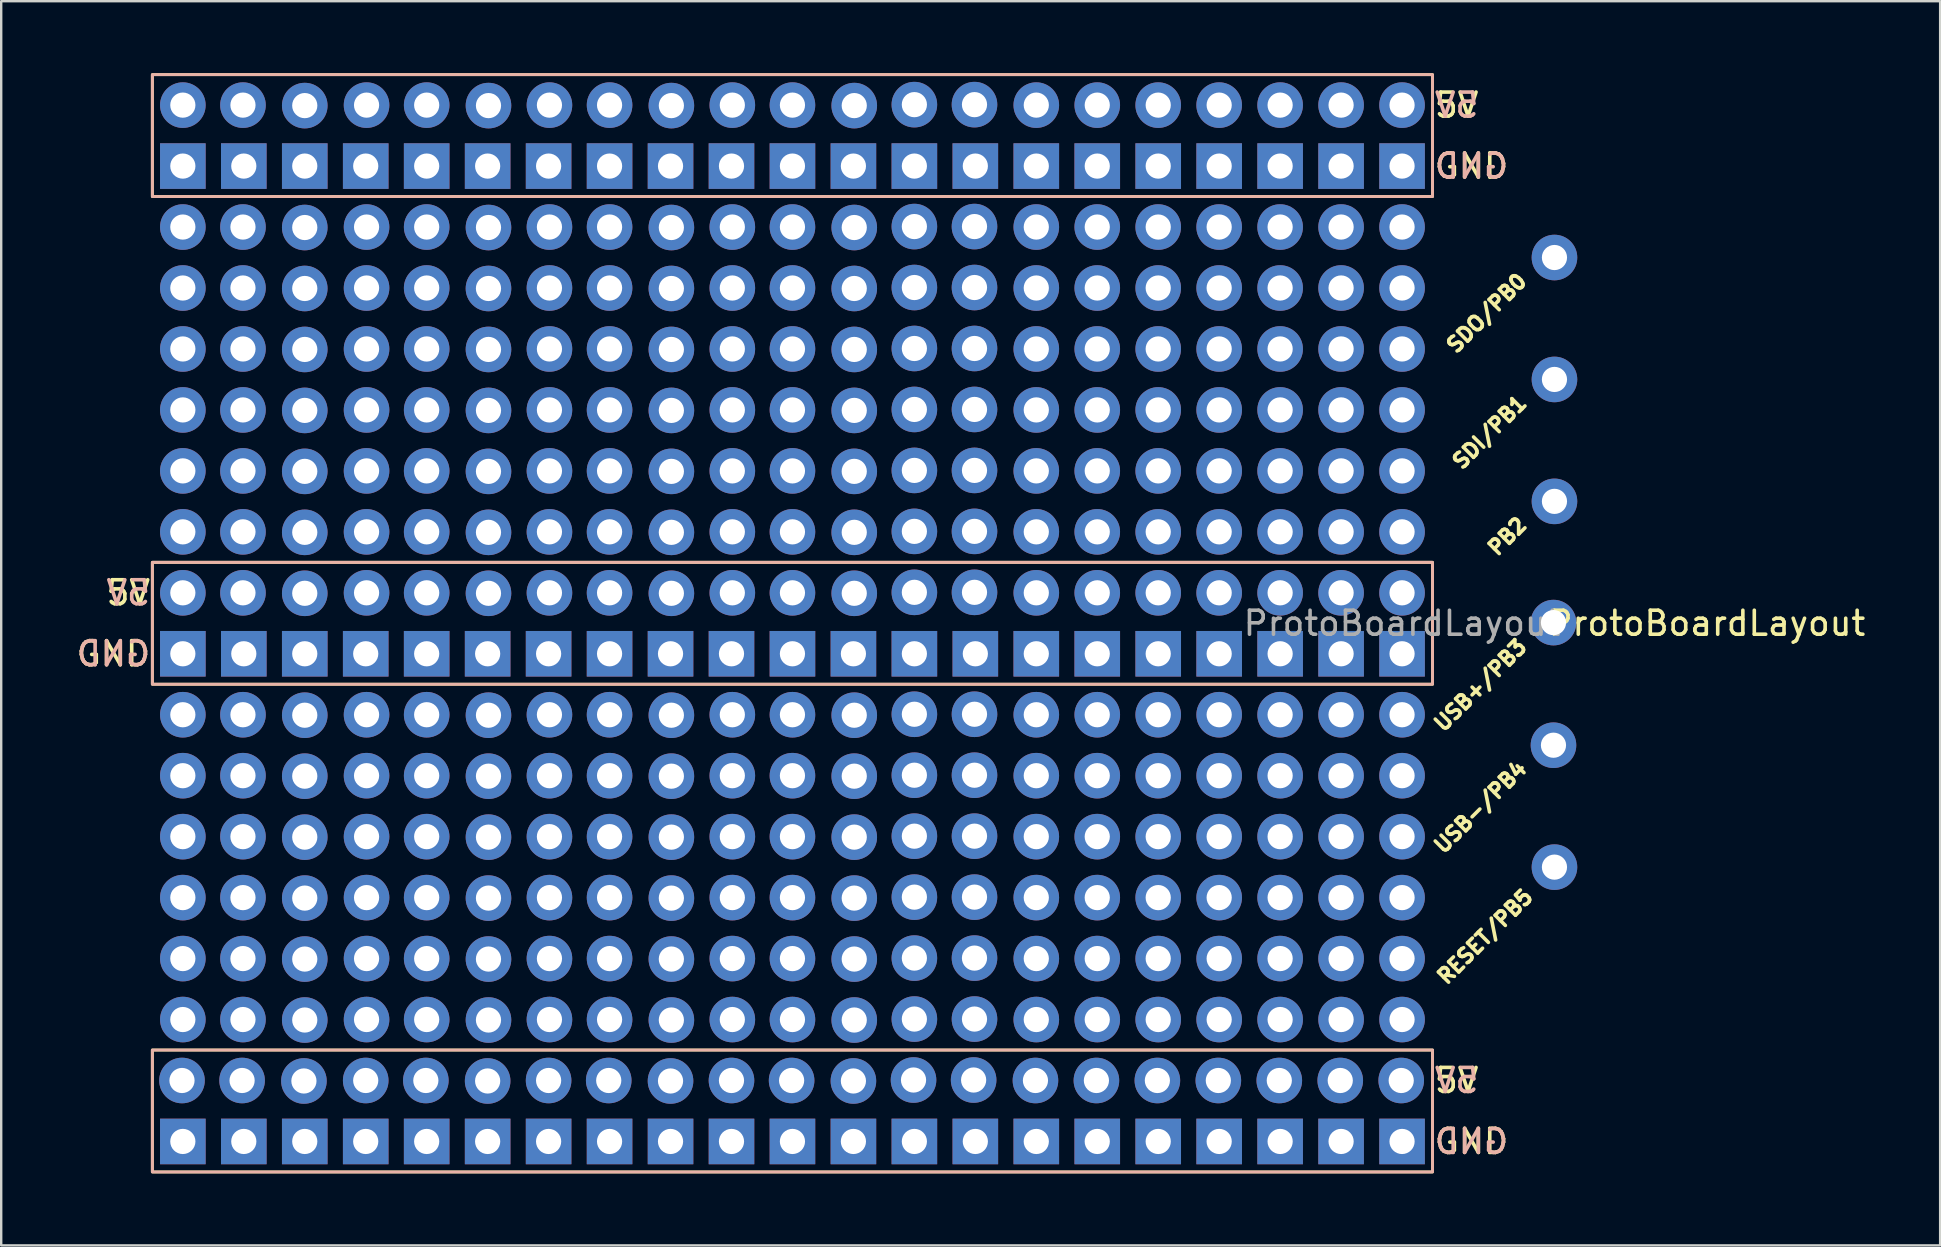
<source format=kicad_pcb>
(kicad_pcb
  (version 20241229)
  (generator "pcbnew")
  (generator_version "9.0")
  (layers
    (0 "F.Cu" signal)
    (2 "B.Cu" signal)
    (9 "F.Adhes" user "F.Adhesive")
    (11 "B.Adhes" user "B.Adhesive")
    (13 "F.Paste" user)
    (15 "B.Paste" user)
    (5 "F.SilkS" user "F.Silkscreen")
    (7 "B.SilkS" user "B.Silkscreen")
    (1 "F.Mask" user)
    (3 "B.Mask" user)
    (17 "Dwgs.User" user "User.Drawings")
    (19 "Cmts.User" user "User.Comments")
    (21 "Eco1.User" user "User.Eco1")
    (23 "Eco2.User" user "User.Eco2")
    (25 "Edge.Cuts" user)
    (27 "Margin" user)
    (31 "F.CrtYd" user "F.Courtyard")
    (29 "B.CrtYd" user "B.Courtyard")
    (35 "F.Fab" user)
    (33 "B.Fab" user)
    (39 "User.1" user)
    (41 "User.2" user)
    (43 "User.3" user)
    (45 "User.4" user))
  (footprint "ProtoBoardLayout"
    (layer "F.Cu")
    (at 55.368 22.92)
    (property "Reference" "ProtoBoardLayout" (at 12.7 0 0) (unlocked yes) (layer "F.SilkS") (effects (font (size 1 1) (thickness 0.15))))
    (attr smd)
    (fp_rect (start -52.07 -22.86) (end 1.27 -17.78) (stroke (width 0.12) (type solid)) (fill no) (layer "F.SilkS"))
    (fp_rect (start -52.07 -2.54) (end 1.27 2.54) (stroke (width 0.12) (type solid)) (fill no) (layer "F.SilkS"))
    (fp_rect (start -52.07 17.78) (end 1.27 22.86) (stroke (width 0.12) (type solid)) (fill no) (layer "F.SilkS"))
    (fp_rect (start 1.27 -22.86) (end -52.07 -17.78) (stroke (width 0.12) (type solid)) (fill no) (layer "B.SilkS"))
    (fp_rect (start 1.27 -2.54) (end -52.07 2.54) (stroke (width 0.12) (type solid)) (fill no) (layer "B.SilkS"))
    (fp_rect (start 1.27 17.78) (end -52.07 22.86) (stroke (width 0.12) (type solid)) (fill no) (layer "B.SilkS"))
    (fp_text user "GND" (at 1.27 21.59 0) (unlocked yes) (layer "F.SilkS") (effects (font (size 1 1) (thickness 0.15)) (justify left)))
    (fp_text user "USB+/PB3" (at 5.08 0.762 45) (layer "F.SilkS") (effects (font (size 0.6 0.6) (thickness 0.15)) (justify right)))
    (fp_text user "GND" (at 1.27 -19.05 0) (unlocked yes) (layer "F.SilkS") (effects (font (size 1 1) (thickness 0.15)) (justify left)))
    (fp_text user "RESET/PB5" (at 5.334 11.176 45) (layer "F.SilkS") (effects (font (size 0.6 0.6) (thickness 0.15)) (justify right)))
    (fp_text user "PB2" (at 5.08 -4.318 45) (layer "F.SilkS") (effects (font (size 0.6 0.6) (thickness 0.15)) (justify right)))
    (fp_text user "5V" (at 1.27 -21.59 0) (unlocked yes) (layer "F.SilkS") (effects (font (size 1 1) (thickness 0.15)) (justify left)))
    (fp_text user "GND" (at -52.07 1.27 0) (unlocked yes) (layer "F.SilkS") (effects (font (size 1 1) (thickness 0.15)) (justify right)))
    (fp_text user "5V" (at 1.27 19.05 0) (unlocked yes) (layer "F.SilkS") (effects (font (size 1 1) (thickness 0.15)) (justify left)))
    (fp_text user "5V" (at -52.07 -1.27 0) (unlocked yes) (layer "F.SilkS") (effects (font (size 1 1) (thickness 0.15)) (justify right)))
    (fp_text user "SDI/PB1" (at 5.08 -9.398 45) (layer "F.SilkS") (effects (font (size 0.6 0.6) (thickness 0.15)) (justify right)))
    (fp_text user "USB-/PB4" (at 5.08 5.842 45) (layer "F.SilkS") (effects (font (size 0.6 0.6) (thickness 0.15)) (justify right)))
    (fp_text user "SDO/PB0" (at 5.08 -14.478 45) (layer "F.SilkS") (effects (font (size 0.6 0.6) (thickness 0.15)) (justify right)))
    (fp_text user "GND" (at 1.27 21.59 0) (unlocked yes) (layer "B.SilkS") (effects (font (size 1 1) (thickness 0.15)) (justify right mirror)))
    (fp_text user "GND" (at 1.27 -19.05 0) (unlocked yes) (layer "B.SilkS") (effects (font (size 1 1) (thickness 0.15)) (justify right mirror)))
    (fp_text user "5V" (at 1.27 19.05 0) (unlocked yes) (layer "B.SilkS") (effects (font (size 1 1) (thickness 0.15)) (justify right mirror)))
    (fp_text user "5V" (at -52.07 -1.27 0) (unlocked yes) (layer "B.SilkS") (effects (font (size 1 1) (thickness 0.15)) (justify left mirror)))
    (fp_text user "GND" (at -52.07 1.27 0) (unlocked yes) (layer "B.SilkS") (effects (font (size 1 1) (thickness 0.15)) (justify left mirror)))
    (fp_text user "5V" (at 1.27 -21.59 0) (unlocked yes) (layer "B.SilkS") (effects (font (size 1 1) (thickness 0.15)) (justify right mirror)))
    (fp_text user "${REFERENCE}" (at 0 0 0) (unlocked yes) (layer "F.Fab") (effects (font (size 1 1) (thickness 0.15))))
    (pad "0" thru_hole circle (at -50.8 -16.51) (size 1.9 1.9) (drill 1.05) (layers "*.Cu" "*.Mask"))
    (pad "0" thru_hole circle (at -50.8 -13.97) (size 1.9 1.9) (drill 1.05) (layers "*.Cu" "*.Mask"))
    (pad "0" thru_hole circle (at -50.8 -11.43) (size 1.9 1.9) (drill 1.05) (layers "*.Cu" "*.Mask"))
    (pad "0" thru_hole circle (at -50.8 -8.89) (size 1.9 1.9) (drill 1.05) (layers "*.Cu" "*.Mask"))
    (pad "0" thru_hole circle (at -50.8 -6.35) (size 1.9 1.9) (drill 1.05) (layers "*.Cu" "*.Mask"))
    (pad "0" thru_hole circle (at -50.8 -3.81) (size 1.9 1.9) (drill 1.05) (layers "*.Cu" "*.Mask"))
    (pad "0" thru_hole circle (at -50.8 3.81 180) (size 1.9 1.9) (drill 1.05) (layers "*.Cu" "*.Mask"))
    (pad "0" thru_hole circle (at -50.8 6.35 180) (size 1.9 1.9) (drill 1.05) (layers "*.Cu" "*.Mask"))
    (pad "0" thru_hole circle (at -50.8 8.89 180) (size 1.9 1.9) (drill 1.05) (layers "*.Cu" "*.Mask"))
    (pad "0" thru_hole circle (at -50.8 11.43 180) (size 1.9 1.9) (drill 1.05) (layers "*.Cu" "*.Mask"))
    (pad "0" thru_hole circle (at -50.8 13.97 180) (size 1.9 1.9) (drill 1.05) (layers "*.Cu" "*.Mask"))
    (pad "0" thru_hole circle (at -50.8 16.51 180) (size 1.9 1.9) (drill 1.05) (layers "*.Cu" "*.Mask"))
    (pad "0" thru_hole circle (at -48.295 -16.51) (size 1.9 1.9) (drill 1.05) (layers "*.Cu" "*.Mask"))
    (pad "0" thru_hole circle (at -48.295 -13.97) (size 1.9 1.9) (drill 1.05) (layers "*.Cu" "*.Mask"))
    (pad "0" thru_hole circle (at -48.295 -11.43) (size 1.9 1.9) (drill 1.05) (layers "*.Cu" "*.Mask"))
    (pad "0" thru_hole circle (at -48.295 -8.89) (size 1.9 1.9) (drill 1.05) (layers "*.Cu" "*.Mask"))
    (pad "0" thru_hole circle (at -48.295 -6.35) (size 1.9 1.9) (drill 1.05) (layers "*.Cu" "*.Mask"))
    (pad "0" thru_hole circle (at -48.295 -3.81) (size 1.9 1.9) (drill 1.05) (layers "*.Cu" "*.Mask"))
    (pad "0" thru_hole circle (at -48.295 3.81 180) (size 1.9 1.9) (drill 1.05) (layers "*.Cu" "*.Mask"))
    (pad "0" thru_hole circle (at -48.295 6.35 180) (size 1.9 1.9) (drill 1.05) (layers "*.Cu" "*.Mask"))
    (pad "0" thru_hole circle (at -48.295 8.89 180) (size 1.9 1.9) (drill 1.05) (layers "*.Cu" "*.Mask"))
    (pad "0" thru_hole circle (at -48.295 11.43 180) (size 1.9 1.9) (drill 1.05) (layers "*.Cu" "*.Mask"))
    (pad "0" thru_hole circle (at -48.295 13.97 180) (size 1.9 1.9) (drill 1.05) (layers "*.Cu" "*.Mask"))
    (pad "0" thru_hole circle (at -48.295 16.51 180) (size 1.9 1.9) (drill 1.05) (layers "*.Cu" "*.Mask"))
    (pad "0" thru_hole circle (at -45.72 -16.49) (size 1.9 1.9) (drill 1.05) (layers "*.Cu" "*.Mask"))
    (pad "0" thru_hole circle (at -45.72 -13.95) (size 1.9 1.9) (drill 1.05) (layers "*.Cu" "*.Mask"))
    (pad "0" thru_hole circle (at -45.72 -11.41) (size 1.9 1.9) (drill 1.05) (layers "*.Cu" "*.Mask"))
    (pad "0" thru_hole circle (at -45.72 -8.87) (size 1.9 1.9) (drill 1.05) (layers "*.Cu" "*.Mask"))
    (pad "0" thru_hole circle (at -45.72 -6.33) (size 1.9 1.9) (drill 1.05) (layers "*.Cu" "*.Mask"))
    (pad "0" thru_hole circle (at -45.72 -3.79) (size 1.9 1.9) (drill 1.05) (layers "*.Cu" "*.Mask"))
    (pad "0" thru_hole circle (at -45.72 3.83 180) (size 1.9 1.9) (drill 1.05) (layers "*.Cu" "*.Mask"))
    (pad "0" thru_hole circle (at -45.72 6.37 180) (size 1.9 1.9) (drill 1.05) (layers "*.Cu" "*.Mask"))
    (pad "0" thru_hole circle (at -45.72 8.91 180) (size 1.9 1.9) (drill 1.05) (layers "*.Cu" "*.Mask"))
    (pad "0" thru_hole circle (at -45.72 11.45 180) (size 1.9 1.9) (drill 1.05) (layers "*.Cu" "*.Mask"))
    (pad "0" thru_hole circle (at -45.72 13.99 180) (size 1.9 1.9) (drill 1.05) (layers "*.Cu" "*.Mask"))
    (pad "0" thru_hole circle (at -45.72 16.53 180) (size 1.9 1.9) (drill 1.05) (layers "*.Cu" "*.Mask"))
    (pad "0" thru_hole circle (at -43.145 -16.51) (size 1.9 1.9) (drill 1.05) (layers "*.Cu" "*.Mask"))
    (pad "0" thru_hole circle (at -43.145 -13.97) (size 1.9 1.9) (drill 1.05) (layers "*.Cu" "*.Mask"))
    (pad "0" thru_hole circle (at -43.145 -11.43) (size 1.9 1.9) (drill 1.05) (layers "*.Cu" "*.Mask"))
    (pad "0" thru_hole circle (at -43.145 -8.89) (size 1.9 1.9) (drill 1.05) (layers "*.Cu" "*.Mask"))
    (pad "0" thru_hole circle (at -43.145 -6.35) (size 1.9 1.9) (drill 1.05) (layers "*.Cu" "*.Mask"))
    (pad "0" thru_hole circle (at -43.145 -3.81) (size 1.9 1.9) (drill 1.05) (layers "*.Cu" "*.Mask"))
    (pad "0" thru_hole circle (at -43.145 3.81 180) (size 1.9 1.9) (drill 1.05) (layers "*.Cu" "*.Mask"))
    (pad "0" thru_hole circle (at -43.145 6.35 180) (size 1.9 1.9) (drill 1.05) (layers "*.Cu" "*.Mask"))
    (pad "0" thru_hole circle (at -43.145 8.89 180) (size 1.9 1.9) (drill 1.05) (layers "*.Cu" "*.Mask"))
    (pad "0" thru_hole circle (at -43.145 11.43 180) (size 1.9 1.9) (drill 1.05) (layers "*.Cu" "*.Mask"))
    (pad "0" thru_hole circle (at -43.145 13.97 180) (size 1.9 1.9) (drill 1.05) (layers "*.Cu" "*.Mask"))
    (pad "0" thru_hole circle (at -43.145 16.51 180) (size 1.9 1.9) (drill 1.05) (layers "*.Cu" "*.Mask"))
    (pad "0" thru_hole circle (at -40.64 -16.51) (size 1.9 1.9) (drill 1.05) (layers "*.Cu" "*.Mask"))
    (pad "0" thru_hole circle (at -40.64 -13.97) (size 1.9 1.9) (drill 1.05) (layers "*.Cu" "*.Mask"))
    (pad "0" thru_hole circle (at -40.64 -11.43) (size 1.9 1.9) (drill 1.05) (layers "*.Cu" "*.Mask"))
    (pad "0" thru_hole circle (at -40.64 -8.89) (size 1.9 1.9) (drill 1.05) (layers "*.Cu" "*.Mask"))
    (pad "0" thru_hole circle (at -40.64 -6.35) (size 1.9 1.9) (drill 1.05) (layers "*.Cu" "*.Mask"))
    (pad "0" thru_hole circle (at -40.64 -3.81) (size 1.9 1.9) (drill 1.05) (layers "*.Cu" "*.Mask"))
    (pad "0" thru_hole circle (at -40.64 3.81 180) (size 1.9 1.9) (drill 1.05) (layers "*.Cu" "*.Mask"))
    (pad "0" thru_hole circle (at -40.64 6.35 180) (size 1.9 1.9) (drill 1.05) (layers "*.Cu" "*.Mask"))
    (pad "0" thru_hole circle (at -40.64 8.89 180) (size 1.9 1.9) (drill 1.05) (layers "*.Cu" "*.Mask"))
    (pad "0" thru_hole circle (at -40.64 11.43 180) (size 1.9 1.9) (drill 1.05) (layers "*.Cu" "*.Mask"))
    (pad "0" thru_hole circle (at -40.64 13.97 180) (size 1.9 1.9) (drill 1.05) (layers "*.Cu" "*.Mask"))
    (pad "0" thru_hole circle (at -40.64 16.51 180) (size 1.9 1.9) (drill 1.05) (layers "*.Cu" "*.Mask"))
    (pad "0" thru_hole circle (at -38.065 -16.49) (size 1.9 1.9) (drill 1.05) (layers "*.Cu" "*.Mask"))
    (pad "0" thru_hole circle (at -38.065 -13.95) (size 1.9 1.9) (drill 1.05) (layers "*.Cu" "*.Mask"))
    (pad "0" thru_hole circle (at -38.065 -11.41) (size 1.9 1.9) (drill 1.05) (layers "*.Cu" "*.Mask"))
    (pad "0" thru_hole circle (at -38.065 -8.87) (size 1.9 1.9) (drill 1.05) (layers "*.Cu" "*.Mask"))
    (pad "0" thru_hole circle (at -38.065 -6.33) (size 1.9 1.9) (drill 1.05) (layers "*.Cu" "*.Mask"))
    (pad "0" thru_hole circle (at -38.065 -3.79) (size 1.9 1.9) (drill 1.05) (layers "*.Cu" "*.Mask"))
    (pad "0" thru_hole circle (at -38.065 3.83 180) (size 1.9 1.9) (drill 1.05) (layers "*.Cu" "*.Mask"))
    (pad "0" thru_hole circle (at -38.065 6.37 180) (size 1.9 1.9) (drill 1.05) (layers "*.Cu" "*.Mask"))
    (pad "0" thru_hole circle (at -38.065 8.91 180) (size 1.9 1.9) (drill 1.05) (layers "*.Cu" "*.Mask"))
    (pad "0" thru_hole circle (at -38.065 11.45 180) (size 1.9 1.9) (drill 1.05) (layers "*.Cu" "*.Mask"))
    (pad "0" thru_hole circle (at -38.065 13.99 180) (size 1.9 1.9) (drill 1.05) (layers "*.Cu" "*.Mask"))
    (pad "0" thru_hole circle (at -38.065 16.53 180) (size 1.9 1.9) (drill 1.05) (layers "*.Cu" "*.Mask"))
    (pad "0" thru_hole circle (at -35.525 -16.51) (size 1.9 1.9) (drill 1.05) (layers "*.Cu" "*.Mask"))
    (pad "0" thru_hole circle (at -35.525 -13.97) (size 1.9 1.9) (drill 1.05) (layers "*.Cu" "*.Mask"))
    (pad "0" thru_hole circle (at -35.525 -11.43) (size 1.9 1.9) (drill 1.05) (layers "*.Cu" "*.Mask"))
    (pad "0" thru_hole circle (at -35.525 -8.89) (size 1.9 1.9) (drill 1.05) (layers "*.Cu" "*.Mask"))
    (pad "0" thru_hole circle (at -35.525 -6.35) (size 1.9 1.9) (drill 1.05) (layers "*.Cu" "*.Mask"))
    (pad "0" thru_hole circle (at -35.525 -3.81) (size 1.9 1.9) (drill 1.05) (layers "*.Cu" "*.Mask"))
    (pad "0" thru_hole circle (at -35.525 3.81 180) (size 1.9 1.9) (drill 1.05) (layers "*.Cu" "*.Mask"))
    (pad "0" thru_hole circle (at -35.525 6.35 180) (size 1.9 1.9) (drill 1.05) (layers "*.Cu" "*.Mask"))
    (pad "0" thru_hole circle (at -35.525 8.89 180) (size 1.9 1.9) (drill 1.05) (layers "*.Cu" "*.Mask"))
    (pad "0" thru_hole circle (at -35.525 11.43 180) (size 1.9 1.9) (drill 1.05) (layers "*.Cu" "*.Mask"))
    (pad "0" thru_hole circle (at -35.525 13.97 180) (size 1.9 1.9) (drill 1.05) (layers "*.Cu" "*.Mask"))
    (pad "0" thru_hole circle (at -35.525 16.51 180) (size 1.9 1.9) (drill 1.05) (layers "*.Cu" "*.Mask"))
    (pad "0" thru_hole circle (at -33.02 -16.51) (size 1.9 1.9) (drill 1.05) (layers "*.Cu" "*.Mask"))
    (pad "0" thru_hole circle (at -33.02 -13.97) (size 1.9 1.9) (drill 1.05) (layers "*.Cu" "*.Mask"))
    (pad "0" thru_hole circle (at -33.02 -11.43) (size 1.9 1.9) (drill 1.05) (layers "*.Cu" "*.Mask"))
    (pad "0" thru_hole circle (at -33.02 -8.89) (size 1.9 1.9) (drill 1.05) (layers "*.Cu" "*.Mask"))
    (pad "0" thru_hole circle (at -33.02 -6.35) (size 1.9 1.9) (drill 1.05) (layers "*.Cu" "*.Mask"))
    (pad "0" thru_hole circle (at -33.02 -3.81) (size 1.9 1.9) (drill 1.05) (layers "*.Cu" "*.Mask"))
    (pad "0" thru_hole circle (at -33.02 3.81 180) (size 1.9 1.9) (drill 1.05) (layers "*.Cu" "*.Mask"))
    (pad "0" thru_hole circle (at -33.02 6.35 180) (size 1.9 1.9) (drill 1.05) (layers "*.Cu" "*.Mask"))
    (pad "0" thru_hole circle (at -33.02 8.89 180) (size 1.9 1.9) (drill 1.05) (layers "*.Cu" "*.Mask"))
    (pad "0" thru_hole circle (at -33.02 11.43 180) (size 1.9 1.9) (drill 1.05) (layers "*.Cu" "*.Mask"))
    (pad "0" thru_hole circle (at -33.02 13.97 180) (size 1.9 1.9) (drill 1.05) (layers "*.Cu" "*.Mask"))
    (pad "0" thru_hole circle (at -33.02 16.51 180) (size 1.9 1.9) (drill 1.05) (layers "*.Cu" "*.Mask"))
    (pad "0" thru_hole circle (at -30.445 -16.49) (size 1.9 1.9) (drill 1.05) (layers "*.Cu" "*.Mask"))
    (pad "0" thru_hole circle (at -30.445 -13.95) (size 1.9 1.9) (drill 1.05) (layers "*.Cu" "*.Mask"))
    (pad "0" thru_hole circle (at -30.445 -11.41) (size 1.9 1.9) (drill 1.05) (layers "*.Cu" "*.Mask"))
    (pad "0" thru_hole circle (at -30.445 -8.87) (size 1.9 1.9) (drill 1.05) (layers "*.Cu" "*.Mask"))
    (pad "0" thru_hole circle (at -30.445 -6.33) (size 1.9 1.9) (drill 1.05) (layers "*.Cu" "*.Mask"))
    (pad "0" thru_hole circle (at -30.445 -3.79) (size 1.9 1.9) (drill 1.05) (layers "*.Cu" "*.Mask"))
    (pad "0" thru_hole circle (at -30.445 3.83 180) (size 1.9 1.9) (drill 1.05) (layers "*.Cu" "*.Mask"))
    (pad "0" thru_hole circle (at -30.445 6.37 180) (size 1.9 1.9) (drill 1.05) (layers "*.Cu" "*.Mask"))
    (pad "0" thru_hole circle (at -30.445 8.91 180) (size 1.9 1.9) (drill 1.05) (layers "*.Cu" "*.Mask"))
    (pad "0" thru_hole circle (at -30.445 11.45 180) (size 1.9 1.9) (drill 1.05) (layers "*.Cu" "*.Mask"))
    (pad "0" thru_hole circle (at -30.445 13.99 180) (size 1.9 1.9) (drill 1.05) (layers "*.Cu" "*.Mask"))
    (pad "0" thru_hole circle (at -30.445 16.53 180) (size 1.9 1.9) (drill 1.05) (layers "*.Cu" "*.Mask"))
    (pad "0" thru_hole circle (at -27.905 -16.51) (size 1.9 1.9) (drill 1.05) (layers "*.Cu" "*.Mask"))
    (pad "0" thru_hole circle (at -27.905 -13.97) (size 1.9 1.9) (drill 1.05) (layers "*.Cu" "*.Mask"))
    (pad "0" thru_hole circle (at -27.905 -11.43) (size 1.9 1.9) (drill 1.05) (layers "*.Cu" "*.Mask"))
    (pad "0" thru_hole circle (at -27.905 -8.89) (size 1.9 1.9) (drill 1.05) (layers "*.Cu" "*.Mask"))
    (pad "0" thru_hole circle (at -27.905 -6.35) (size 1.9 1.9) (drill 1.05) (layers "*.Cu" "*.Mask"))
    (pad "0" thru_hole circle (at -27.905 -3.81) (size 1.9 1.9) (drill 1.05) (layers "*.Cu" "*.Mask"))
    (pad "0" thru_hole circle (at -27.905 3.81 180) (size 1.9 1.9) (drill 1.05) (layers "*.Cu" "*.Mask"))
    (pad "0" thru_hole circle (at -27.905 6.35 180) (size 1.9 1.9) (drill 1.05) (layers "*.Cu" "*.Mask"))
    (pad "0" thru_hole circle (at -27.905 8.89 180) (size 1.9 1.9) (drill 1.05) (layers "*.Cu" "*.Mask"))
    (pad "0" thru_hole circle (at -27.905 11.43 180) (size 1.9 1.9) (drill 1.05) (layers "*.Cu" "*.Mask"))
    (pad "0" thru_hole circle (at -27.905 13.97 180) (size 1.9 1.9) (drill 1.05) (layers "*.Cu" "*.Mask"))
    (pad "0" thru_hole circle (at -27.905 16.51 180) (size 1.9 1.9) (drill 1.05) (layers "*.Cu" "*.Mask"))
    (pad "0" thru_hole circle (at -25.4 -16.51) (size 1.9 1.9) (drill 1.05) (layers "*.Cu" "*.Mask"))
    (pad "0" thru_hole circle (at -25.4 -13.97) (size 1.9 1.9) (drill 1.05) (layers "*.Cu" "*.Mask"))
    (pad "0" thru_hole circle (at -25.4 -11.43) (size 1.9 1.9) (drill 1.05) (layers "*.Cu" "*.Mask"))
    (pad "0" thru_hole circle (at -25.4 -8.89) (size 1.9 1.9) (drill 1.05) (layers "*.Cu" "*.Mask"))
    (pad "0" thru_hole circle (at -25.4 -6.35) (size 1.9 1.9) (drill 1.05) (layers "*.Cu" "*.Mask"))
    (pad "0" thru_hole circle (at -25.4 -3.81) (size 1.9 1.9) (drill 1.05) (layers "*.Cu" "*.Mask"))
    (pad "0" thru_hole circle (at -25.4 3.81 180) (size 1.9 1.9) (drill 1.05) (layers "*.Cu" "*.Mask"))
    (pad "0" thru_hole circle (at -25.4 6.35 180) (size 1.9 1.9) (drill 1.05) (layers "*.Cu" "*.Mask"))
    (pad "0" thru_hole circle (at -25.4 8.89 180) (size 1.9 1.9) (drill 1.05) (layers "*.Cu" "*.Mask"))
    (pad "0" thru_hole circle (at -25.4 11.43 180) (size 1.9 1.9) (drill 1.05) (layers "*.Cu" "*.Mask"))
    (pad "0" thru_hole circle (at -25.4 13.97 180) (size 1.9 1.9) (drill 1.05) (layers "*.Cu" "*.Mask"))
    (pad "0" thru_hole circle (at -25.4 16.51 180) (size 1.9 1.9) (drill 1.05) (layers "*.Cu" "*.Mask"))
    (pad "0" thru_hole circle (at -22.825 -16.49) (size 1.9 1.9) (drill 1.05) (layers "*.Cu" "*.Mask"))
    (pad "0" thru_hole circle (at -22.825 -13.95) (size 1.9 1.9) (drill 1.05) (layers "*.Cu" "*.Mask"))
    (pad "0" thru_hole circle (at -22.825 -11.41) (size 1.9 1.9) (drill 1.05) (layers "*.Cu" "*.Mask"))
    (pad "0" thru_hole circle (at -22.825 -8.87) (size 1.9 1.9) (drill 1.05) (layers "*.Cu" "*.Mask"))
    (pad "0" thru_hole circle (at -22.825 -6.33) (size 1.9 1.9) (drill 1.05) (layers "*.Cu" "*.Mask"))
    (pad "0" thru_hole circle (at -22.825 -3.79) (size 1.9 1.9) (drill 1.05) (layers "*.Cu" "*.Mask"))
    (pad "0" thru_hole circle (at -22.825 3.83 180) (size 1.9 1.9) (drill 1.05) (layers "*.Cu" "*.Mask"))
    (pad "0" thru_hole circle (at -22.825 6.37 180) (size 1.9 1.9) (drill 1.05) (layers "*.Cu" "*.Mask"))
    (pad "0" thru_hole circle (at -22.825 8.91 180) (size 1.9 1.9) (drill 1.05) (layers "*.Cu" "*.Mask"))
    (pad "0" thru_hole circle (at -22.825 11.45 180) (size 1.9 1.9) (drill 1.05) (layers "*.Cu" "*.Mask"))
    (pad "0" thru_hole circle (at -22.825 13.99 180) (size 1.9 1.9) (drill 1.05) (layers "*.Cu" "*.Mask"))
    (pad "0" thru_hole circle (at -22.825 16.53 180) (size 1.9 1.9) (drill 1.05) (layers "*.Cu" "*.Mask"))
    (pad "0" thru_hole circle (at -20.32 -16.53) (size 1.9 1.9) (drill 1.05) (layers "*.Cu" "*.Mask"))
    (pad "0" thru_hole circle (at -20.32 -13.99) (size 1.9 1.9) (drill 1.05) (layers "*.Cu" "*.Mask"))
    (pad "0" thru_hole circle (at -20.32 -11.45) (size 1.9 1.9) (drill 1.05) (layers "*.Cu" "*.Mask"))
    (pad "0" thru_hole circle (at -20.32 -8.91) (size 1.9 1.9) (drill 1.05) (layers "*.Cu" "*.Mask"))
    (pad "0" thru_hole circle (at -20.32 -6.37) (size 1.9 1.9) (drill 1.05) (layers "*.Cu" "*.Mask"))
    (pad "0" thru_hole circle (at -20.32 -3.83) (size 1.9 1.9) (drill 1.05) (layers "*.Cu" "*.Mask"))
    (pad "0" thru_hole circle (at -20.32 3.79 180) (size 1.9 1.9) (drill 1.05) (layers "*.Cu" "*.Mask"))
    (pad "0" thru_hole circle (at -20.32 6.33 180) (size 1.9 1.9) (drill 1.05) (layers "*.Cu" "*.Mask"))
    (pad "0" thru_hole circle (at -20.32 8.87 180) (size 1.9 1.9) (drill 1.05) (layers "*.Cu" "*.Mask"))
    (pad "0" thru_hole circle (at -20.32 11.41 180) (size 1.9 1.9) (drill 1.05) (layers "*.Cu" "*.Mask"))
    (pad "0" thru_hole circle (at -20.32 13.95 180) (size 1.9 1.9) (drill 1.05) (layers "*.Cu" "*.Mask"))
    (pad "0" thru_hole circle (at -20.32 16.49 180) (size 1.9 1.9) (drill 1.05) (layers "*.Cu" "*.Mask"))
    (pad "0" thru_hole circle (at -17.815 -16.53) (size 1.9 1.9) (drill 1.05) (layers "*.Cu" "*.Mask"))
    (pad "0" thru_hole circle (at -17.815 -13.99) (size 1.9 1.9) (drill 1.05) (layers "*.Cu" "*.Mask"))
    (pad "0" thru_hole circle (at -17.815 -11.45) (size 1.9 1.9) (drill 1.05) (layers "*.Cu" "*.Mask"))
    (pad "0" thru_hole circle (at -17.815 -8.91) (size 1.9 1.9) (drill 1.05) (layers "*.Cu" "*.Mask"))
    (pad "0" thru_hole circle (at -17.815 -6.37) (size 1.9 1.9) (drill 1.05) (layers "*.Cu" "*.Mask"))
    (pad "0" thru_hole circle (at -17.815 -3.83) (size 1.9 1.9) (drill 1.05) (layers "*.Cu" "*.Mask"))
    (pad "0" thru_hole circle (at -17.815 3.79 180) (size 1.9 1.9) (drill 1.05) (layers "*.Cu" "*.Mask"))
    (pad "0" thru_hole circle (at -17.815 6.33 180) (size 1.9 1.9) (drill 1.05) (layers "*.Cu" "*.Mask"))
    (pad "0" thru_hole circle (at -17.815 8.87 180) (size 1.9 1.9) (drill 1.05) (layers "*.Cu" "*.Mask"))
    (pad "0" thru_hole circle (at -17.815 11.41 180) (size 1.9 1.9) (drill 1.05) (layers "*.Cu" "*.Mask"))
    (pad "0" thru_hole circle (at -17.815 13.95 180) (size 1.9 1.9) (drill 1.05) (layers "*.Cu" "*.Mask"))
    (pad "0" thru_hole circle (at -17.815 16.49 180) (size 1.9 1.9) (drill 1.05) (layers "*.Cu" "*.Mask"))
    (pad "0" thru_hole circle (at -15.24 -16.51) (size 1.9 1.9) (drill 1.05) (layers "*.Cu" "*.Mask"))
    (pad "0" thru_hole circle (at -15.24 -13.97) (size 1.9 1.9) (drill 1.05) (layers "*.Cu" "*.Mask"))
    (pad "0" thru_hole circle (at -15.24 -11.43) (size 1.9 1.9) (drill 1.05) (layers "*.Cu" "*.Mask"))
    (pad "0" thru_hole circle (at -15.24 -8.89) (size 1.9 1.9) (drill 1.05) (layers "*.Cu" "*.Mask"))
    (pad "0" thru_hole circle (at -15.24 -6.35) (size 1.9 1.9) (drill 1.05) (layers "*.Cu" "*.Mask"))
    (pad "0" thru_hole circle (at -15.24 -3.81) (size 1.9 1.9) (drill 1.05) (layers "*.Cu" "*.Mask"))
    (pad "0" thru_hole circle (at -15.24 3.81 180) (size 1.9 1.9) (drill 1.05) (layers "*.Cu" "*.Mask"))
    (pad "0" thru_hole circle (at -15.24 6.35 180) (size 1.9 1.9) (drill 1.05) (layers "*.Cu" "*.Mask"))
    (pad "0" thru_hole circle (at -15.24 8.89 180) (size 1.9 1.9) (drill 1.05) (layers "*.Cu" "*.Mask"))
    (pad "0" thru_hole circle (at -15.24 11.43 180) (size 1.9 1.9) (drill 1.05) (layers "*.Cu" "*.Mask"))
    (pad "0" thru_hole circle (at -15.24 13.97 180) (size 1.9 1.9) (drill 1.05) (layers "*.Cu" "*.Mask"))
    (pad "0" thru_hole circle (at -15.24 16.51 180) (size 1.9 1.9) (drill 1.05) (layers "*.Cu" "*.Mask"))
    (pad "0" thru_hole circle (at -12.7 -16.51) (size 1.9 1.9) (drill 1.05) (layers "*.Cu" "*.Mask"))
    (pad "0" thru_hole circle (at -12.7 -13.97) (size 1.9 1.9) (drill 1.05) (layers "*.Cu" "*.Mask"))
    (pad "0" thru_hole circle (at -12.7 -11.43) (size 1.9 1.9) (drill 1.05) (layers "*.Cu" "*.Mask"))
    (pad "0" thru_hole circle (at -12.7 -8.89) (size 1.9 1.9) (drill 1.05) (layers "*.Cu" "*.Mask"))
    (pad "0" thru_hole circle (at -12.7 -6.35) (size 1.9 1.9) (drill 1.05) (layers "*.Cu" "*.Mask"))
    (pad "0" thru_hole circle (at -12.7 -3.81) (size 1.9 1.9) (drill 1.05) (layers "*.Cu" "*.Mask"))
    (pad "0" thru_hole circle (at -12.7 3.81 180) (size 1.9 1.9) (drill 1.05) (layers "*.Cu" "*.Mask"))
    (pad "0" thru_hole circle (at -12.7 6.35 180) (size 1.9 1.9) (drill 1.05) (layers "*.Cu" "*.Mask"))
    (pad "0" thru_hole circle (at -12.7 8.89 180) (size 1.9 1.9) (drill 1.05) (layers "*.Cu" "*.Mask"))
    (pad "0" thru_hole circle (at -12.7 11.43 180) (size 1.9 1.9) (drill 1.05) (layers "*.Cu" "*.Mask"))
    (pad "0" thru_hole circle (at -12.7 13.97 180) (size 1.9 1.9) (drill 1.05) (layers "*.Cu" "*.Mask"))
    (pad "0" thru_hole circle (at -12.7 16.51 180) (size 1.9 1.9) (drill 1.05) (layers "*.Cu" "*.Mask"))
    (pad "0" thru_hole circle (at -10.16 -16.51) (size 1.9 1.9) (drill 1.05) (layers "*.Cu" "*.Mask"))
    (pad "0" thru_hole circle (at -10.16 -13.97) (size 1.9 1.9) (drill 1.05) (layers "*.Cu" "*.Mask"))
    (pad "0" thru_hole circle (at -10.16 -11.43) (size 1.9 1.9) (drill 1.05) (layers "*.Cu" "*.Mask"))
    (pad "0" thru_hole circle (at -10.16 -8.89) (size 1.9 1.9) (drill 1.05) (layers "*.Cu" "*.Mask"))
    (pad "0" thru_hole circle (at -10.16 -6.35) (size 1.9 1.9) (drill 1.05) (layers "*.Cu" "*.Mask"))
    (pad "0" thru_hole circle (at -10.16 -3.81) (size 1.9 1.9) (drill 1.05) (layers "*.Cu" "*.Mask"))
    (pad "0" thru_hole circle (at -10.16 3.81 180) (size 1.9 1.9) (drill 1.05) (layers "*.Cu" "*.Mask"))
    (pad "0" thru_hole circle (at -10.16 6.35 180) (size 1.9 1.9) (drill 1.05) (layers "*.Cu" "*.Mask"))
    (pad "0" thru_hole circle (at -10.16 8.89 180) (size 1.9 1.9) (drill 1.05) (layers "*.Cu" "*.Mask"))
    (pad "0" thru_hole circle (at -10.16 11.43 180) (size 1.9 1.9) (drill 1.05) (layers "*.Cu" "*.Mask"))
    (pad "0" thru_hole circle (at -10.16 13.97 180) (size 1.9 1.9) (drill 1.05) (layers "*.Cu" "*.Mask"))
    (pad "0" thru_hole circle (at -10.16 16.51 180) (size 1.9 1.9) (drill 1.05) (layers "*.Cu" "*.Mask"))
    (pad "0" thru_hole circle (at -7.62 -16.51) (size 1.9 1.9) (drill 1.05) (layers "*.Cu" "*.Mask"))
    (pad "0" thru_hole circle (at -7.62 -13.97) (size 1.9 1.9) (drill 1.05) (layers "*.Cu" "*.Mask"))
    (pad "0" thru_hole circle (at -7.62 -11.43) (size 1.9 1.9) (drill 1.05) (layers "*.Cu" "*.Mask"))
    (pad "0" thru_hole circle (at -7.62 -8.89) (size 1.9 1.9) (drill 1.05) (layers "*.Cu" "*.Mask"))
    (pad "0" thru_hole circle (at -7.62 -6.35) (size 1.9 1.9) (drill 1.05) (layers "*.Cu" "*.Mask"))
    (pad "0" thru_hole circle (at -7.62 -3.81) (size 1.9 1.9) (drill 1.05) (layers "*.Cu" "*.Mask"))
    (pad "0" thru_hole circle (at -7.62 3.81 180) (size 1.9 1.9) (drill 1.05) (layers "*.Cu" "*.Mask"))
    (pad "0" thru_hole circle (at -7.62 6.35 180) (size 1.9 1.9) (drill 1.05) (layers "*.Cu" "*.Mask"))
    (pad "0" thru_hole circle (at -7.62 8.89 180) (size 1.9 1.9) (drill 1.05) (layers "*.Cu" "*.Mask"))
    (pad "0" thru_hole circle (at -7.62 11.43 180) (size 1.9 1.9) (drill 1.05) (layers "*.Cu" "*.Mask"))
    (pad "0" thru_hole circle (at -7.62 13.97 180) (size 1.9 1.9) (drill 1.05) (layers "*.Cu" "*.Mask"))
    (pad "0" thru_hole circle (at -7.62 16.51 180) (size 1.9 1.9) (drill 1.05) (layers "*.Cu" "*.Mask"))
    (pad "0" thru_hole circle (at -5.08 -16.51) (size 1.9 1.9) (drill 1.05) (layers "*.Cu" "*.Mask"))
    (pad "0" thru_hole circle (at -5.08 -13.97) (size 1.9 1.9) (drill 1.05) (layers "*.Cu" "*.Mask"))
    (pad "0" thru_hole circle (at -5.08 -11.43) (size 1.9 1.9) (drill 1.05) (layers "*.Cu" "*.Mask"))
    (pad "0" thru_hole circle (at -5.08 -8.89) (size 1.9 1.9) (drill 1.05) (layers "*.Cu" "*.Mask"))
    (pad "0" thru_hole circle (at -5.08 -6.35) (size 1.9 1.9) (drill 1.05) (layers "*.Cu" "*.Mask"))
    (pad "0" thru_hole circle (at -5.08 -3.81) (size 1.9 1.9) (drill 1.05) (layers "*.Cu" "*.Mask"))
    (pad "0" thru_hole circle (at -5.08 3.81 180) (size 1.9 1.9) (drill 1.05) (layers "*.Cu" "*.Mask"))
    (pad "0" thru_hole circle (at -5.08 6.35 180) (size 1.9 1.9) (drill 1.05) (layers "*.Cu" "*.Mask"))
    (pad "0" thru_hole circle (at -5.08 8.89 180) (size 1.9 1.9) (drill 1.05) (layers "*.Cu" "*.Mask"))
    (pad "0" thru_hole circle (at -5.08 11.43 180) (size 1.9 1.9) (drill 1.05) (layers "*.Cu" "*.Mask"))
    (pad "0" thru_hole circle (at -5.08 13.97 180) (size 1.9 1.9) (drill 1.05) (layers "*.Cu" "*.Mask"))
    (pad "0" thru_hole circle (at -5.08 16.51 180) (size 1.9 1.9) (drill 1.05) (layers "*.Cu" "*.Mask"))
    (pad "0" thru_hole circle (at -2.54 -16.51) (size 1.9 1.9) (drill 1.05) (layers "*.Cu" "*.Mask"))
    (pad "0" thru_hole circle (at -2.54 -13.97) (size 1.9 1.9) (drill 1.05) (layers "*.Cu" "*.Mask"))
    (pad "0" thru_hole circle (at -2.54 -11.43) (size 1.9 1.9) (drill 1.05) (layers "*.Cu" "*.Mask"))
    (pad "0" thru_hole circle (at -2.54 -8.89) (size 1.9 1.9) (drill 1.05) (layers "*.Cu" "*.Mask"))
    (pad "0" thru_hole circle (at -2.54 -6.35) (size 1.9 1.9) (drill 1.05) (layers "*.Cu" "*.Mask"))
    (pad "0" thru_hole circle (at -2.54 -3.81) (size 1.9 1.9) (drill 1.05) (layers "*.Cu" "*.Mask"))
    (pad "0" thru_hole circle (at -2.54 3.81 180) (size 1.9 1.9) (drill 1.05) (layers "*.Cu" "*.Mask"))
    (pad "0" thru_hole circle (at -2.54 6.35 180) (size 1.9 1.9) (drill 1.05) (layers "*.Cu" "*.Mask"))
    (pad "0" thru_hole circle (at -2.54 8.89 180) (size 1.9 1.9) (drill 1.05) (layers "*.Cu" "*.Mask"))
    (pad "0" thru_hole circle (at -2.54 11.43 180) (size 1.9 1.9) (drill 1.05) (layers "*.Cu" "*.Mask"))
    (pad "0" thru_hole circle (at -2.54 13.97 180) (size 1.9 1.9) (drill 1.05) (layers "*.Cu" "*.Mask"))
    (pad "0" thru_hole circle (at -2.54 16.51 180) (size 1.9 1.9) (drill 1.05) (layers "*.Cu" "*.Mask"))
    (pad "0" thru_hole circle (at 0 -16.51) (size 1.9 1.9) (drill 1.05) (layers "*.Cu" "*.Mask"))
    (pad "0" thru_hole circle (at 0 -13.97) (size 1.9 1.9) (drill 1.05) (layers "*.Cu" "*.Mask"))
    (pad "0" thru_hole circle (at 0 -11.43) (size 1.9 1.9) (drill 1.05) (layers "*.Cu" "*.Mask"))
    (pad "0" thru_hole circle (at 0 -8.89) (size 1.9 1.9) (drill 1.05) (layers "*.Cu" "*.Mask"))
    (pad "0" thru_hole circle (at 0 -6.35) (size 1.9 1.9) (drill 1.05) (layers "*.Cu" "*.Mask"))
    (pad "0" thru_hole circle (at 0 -3.81) (size 1.9 1.9) (drill 1.05) (layers "*.Cu" "*.Mask"))
    (pad "0" thru_hole circle (at 0 3.81 180) (size 1.9 1.9) (drill 1.05) (layers "*.Cu" "*.Mask"))
    (pad "0" thru_hole circle (at 0 6.35 180) (size 1.9 1.9) (drill 1.05) (layers "*.Cu" "*.Mask"))
    (pad "0" thru_hole circle (at 0 8.89 180) (size 1.9 1.9) (drill 1.05) (layers "*.Cu" "*.Mask"))
    (pad "0" thru_hole circle (at 0 11.43 180) (size 1.9 1.9) (drill 1.05) (layers "*.Cu" "*.Mask"))
    (pad "0" thru_hole circle (at 0 13.97 180) (size 1.9 1.9) (drill 1.05) (layers "*.Cu" "*.Mask"))
    (pad "0" thru_hole circle (at 0 16.51 180) (size 1.9 1.9) (drill 1.05) (layers "*.Cu" "*.Mask"))
    (pad "1" thru_hole circle (at 6.35 -15.24) (size 1.9 1.9) (drill 1.05) (layers "*.Cu" "*.Mask"))
    (pad "2" thru_hole circle (at 6.35 -10.16) (size 1.9 1.9) (drill 1.05) (layers "*.Cu" "*.Mask"))
    (pad "3" thru_hole circle (at 6.35 -5.08) (size 1.9 1.9) (drill 1.05) (layers "*.Cu" "*.Mask"))
    (pad "4" thru_hole circle (at 6.309 -0.029) (size 1.9 1.9) (drill 1.05) (layers "*.Cu" "*.Mask"))
    (pad "5" thru_hole circle (at 6.309 5.08) (size 1.9 1.9) (drill 1.05) (layers "*.Cu" "*.Mask"))
    (pad "6" thru_hole circle (at 6.35 10.16) (size 1.9 1.9) (drill 1.05) (layers "*.Cu" "*.Mask"))
    (pad "7" thru_hole circle (at -50.835 19.05 180) (size 1.9 1.9) (drill 1.05) (layers "*.Cu" "*.Mask"))
    (pad "7" thru_hole circle (at -50.8 -21.59) (size 1.9 1.9) (drill 1.05) (layers "*.Cu" "*.Mask"))
    (pad "7" thru_hole circle (at -50.8 -1.27) (size 1.9 1.9) (drill 1.05) (layers "*.Cu" "*.Mask"))
    (pad "7" thru_hole circle (at -48.331 19.05 180) (size 1.9 1.9) (drill 1.05) (layers "*.Cu" "*.Mask"))
    (pad "7" thru_hole circle (at -48.295 -21.59) (size 1.9 1.9) (drill 1.05) (layers "*.Cu" "*.Mask"))
    (pad "7" thru_hole circle (at -48.295 -1.27) (size 1.9 1.9) (drill 1.05) (layers "*.Cu" "*.Mask"))
    (pad "7" thru_hole circle (at -45.755 19.07 180) (size 1.9 1.9) (drill 1.05) (layers "*.Cu" "*.Mask"))
    (pad "7" thru_hole circle (at -45.72 -21.57) (size 1.9 1.9) (drill 1.05) (layers "*.Cu" "*.Mask"))
    (pad "7" thru_hole circle (at -45.72 -1.25) (size 1.9 1.9) (drill 1.05) (layers "*.Cu" "*.Mask"))
    (pad "7" thru_hole circle (at -43.18 19.05 180) (size 1.9 1.9) (drill 1.05) (layers "*.Cu" "*.Mask"))
    (pad "7" thru_hole circle (at -43.145 -21.59) (size 1.9 1.9) (drill 1.05) (layers "*.Cu" "*.Mask"))
    (pad "7" thru_hole circle (at -43.145 -1.27) (size 1.9 1.9) (drill 1.05) (layers "*.Cu" "*.Mask"))
    (pad "7" thru_hole circle (at -40.675 19.05 180) (size 1.9 1.9) (drill 1.05) (layers "*.Cu" "*.Mask"))
    (pad "7" thru_hole circle (at -40.64 -21.59) (size 1.9 1.9) (drill 1.05) (layers "*.Cu" "*.Mask"))
    (pad "7" thru_hole circle (at -40.64 -1.27) (size 1.9 1.9) (drill 1.05) (layers "*.Cu" "*.Mask"))
    (pad "7" thru_hole circle (at -38.1 19.07 180) (size 1.9 1.9) (drill 1.05) (layers "*.Cu" "*.Mask"))
    (pad "7" thru_hole circle (at -38.065 -21.57) (size 1.9 1.9) (drill 1.05) (layers "*.Cu" "*.Mask"))
    (pad "7" thru_hole circle (at -38.065 -1.25) (size 1.9 1.9) (drill 1.05) (layers "*.Cu" "*.Mask"))
    (pad "7" thru_hole circle (at -35.56 19.05 180) (size 1.9 1.9) (drill 1.05) (layers "*.Cu" "*.Mask"))
    (pad "7" thru_hole circle (at -35.525 -21.59) (size 1.9 1.9) (drill 1.05) (layers "*.Cu" "*.Mask"))
    (pad "7" thru_hole circle (at -35.525 -1.27) (size 1.9 1.9) (drill 1.05) (layers "*.Cu" "*.Mask"))
    (pad "7" thru_hole circle (at -33.055 19.05 180) (size 1.9 1.9) (drill 1.05) (layers "*.Cu" "*.Mask"))
    (pad "7" thru_hole circle (at -33.02 -21.59) (size 1.9 1.9) (drill 1.05) (layers "*.Cu" "*.Mask"))
    (pad "7" thru_hole circle (at -33.02 -1.27) (size 1.9 1.9) (drill 1.05) (layers "*.Cu" "*.Mask"))
    (pad "7" thru_hole circle (at -30.48 19.07 180) (size 1.9 1.9) (drill 1.05) (layers "*.Cu" "*.Mask"))
    (pad "7" thru_hole circle (at -30.445 -21.57) (size 1.9 1.9) (drill 1.05) (layers "*.Cu" "*.Mask"))
    (pad "7" thru_hole circle (at -30.445 -1.25) (size 1.9 1.9) (drill 1.05) (layers "*.Cu" "*.Mask"))
    (pad "7" thru_hole circle (at -27.94 19.05 180) (size 1.9 1.9) (drill 1.05) (layers "*.Cu" "*.Mask"))
    (pad "7" thru_hole circle (at -27.905 -21.59) (size 1.9 1.9) (drill 1.05) (layers "*.Cu" "*.Mask"))
    (pad "7" thru_hole circle (at -27.905 -1.27) (size 1.9 1.9) (drill 1.05) (layers "*.Cu" "*.Mask"))
    (pad "7" thru_hole circle (at -25.435 19.05 180) (size 1.9 1.9) (drill 1.05) (layers "*.Cu" "*.Mask"))
    (pad "7" thru_hole circle (at -25.4 -21.59) (size 1.9 1.9) (drill 1.05) (layers "*.Cu" "*.Mask"))
    (pad "7" thru_hole circle (at -25.4 -1.27) (size 1.9 1.9) (drill 1.05) (layers "*.Cu" "*.Mask"))
    (pad "7" thru_hole circle (at -22.86 19.07 180) (size 1.9 1.9) (drill 1.05) (layers "*.Cu" "*.Mask"))
    (pad "7" thru_hole circle (at -22.825 -21.57) (size 1.9 1.9) (drill 1.05) (layers "*.Cu" "*.Mask"))
    (pad "7" thru_hole circle (at -22.825 -1.25) (size 1.9 1.9) (drill 1.05) (layers "*.Cu" "*.Mask"))
    (pad "7" thru_hole circle (at -20.355 19.03 180) (size 1.9 1.9) (drill 1.05) (layers "*.Cu" "*.Mask"))
    (pad "7" thru_hole circle (at -20.32 -21.61) (size 1.9 1.9) (drill 1.05) (layers "*.Cu" "*.Mask"))
    (pad "7" thru_hole circle (at -20.32 -1.29) (size 1.9 1.9) (drill 1.05) (layers "*.Cu" "*.Mask"))
    (pad "7" thru_hole circle (at -17.851 19.03 180) (size 1.9 1.9) (drill 1.05) (layers "*.Cu" "*.Mask"))
    (pad "7" thru_hole circle (at -17.815 -21.61) (size 1.9 1.9) (drill 1.05) (layers "*.Cu" "*.Mask"))
    (pad "7" thru_hole circle (at -17.815 -1.29) (size 1.9 1.9) (drill 1.05) (layers "*.Cu" "*.Mask"))
    (pad "7" thru_hole circle (at -15.275 19.05 180) (size 1.9 1.9) (drill 1.05) (layers "*.Cu" "*.Mask"))
    (pad "7" thru_hole circle (at -15.24 -21.59) (size 1.9 1.9) (drill 1.05) (layers "*.Cu" "*.Mask"))
    (pad "7" thru_hole circle (at -15.24 -1.27) (size 1.9 1.9) (drill 1.05) (layers "*.Cu" "*.Mask"))
    (pad "7" thru_hole circle (at -12.735 19.05 180) (size 1.9 1.9) (drill 1.05) (layers "*.Cu" "*.Mask"))
    (pad "7" thru_hole circle (at -12.7 -21.59) (size 1.9 1.9) (drill 1.05) (layers "*.Cu" "*.Mask"))
    (pad "7" thru_hole circle (at -12.7 -1.27) (size 1.9 1.9) (drill 1.05) (layers "*.Cu" "*.Mask"))
    (pad "7" thru_hole circle (at -10.195 19.05 180) (size 1.9 1.9) (drill 1.05) (layers "*.Cu" "*.Mask"))
    (pad "7" thru_hole circle (at -10.16 -21.59) (size 1.9 1.9) (drill 1.05) (layers "*.Cu" "*.Mask"))
    (pad "7" thru_hole circle (at -10.16 -1.27) (size 1.9 1.9) (drill 1.05) (layers "*.Cu" "*.Mask"))
    (pad "7" thru_hole circle (at -7.655 19.05 180) (size 1.9 1.9) (drill 1.05) (layers "*.Cu" "*.Mask"))
    (pad "7" thru_hole circle (at -7.62 -21.59) (size 1.9 1.9) (drill 1.05) (layers "*.Cu" "*.Mask"))
    (pad "7" thru_hole circle (at -7.62 -1.27) (size 1.9 1.9) (drill 1.05) (layers "*.Cu" "*.Mask"))
    (pad "7" thru_hole circle (at -5.115 19.05 180) (size 1.9 1.9) (drill 1.05) (layers "*.Cu" "*.Mask"))
    (pad "7" thru_hole circle (at -5.08 -21.59) (size 1.9 1.9) (drill 1.05) (layers "*.Cu" "*.Mask"))
    (pad "7" thru_hole circle (at -5.08 -1.27) (size 1.9 1.9) (drill 1.05) (layers "*.Cu" "*.Mask"))
    (pad "7" thru_hole circle (at -2.575 19.05 180) (size 1.9 1.9) (drill 1.05) (layers "*.Cu" "*.Mask"))
    (pad "7" thru_hole circle (at -2.54 -21.59) (size 1.9 1.9) (drill 1.05) (layers "*.Cu" "*.Mask"))
    (pad "7" thru_hole circle (at -2.54 -1.27) (size 1.9 1.9) (drill 1.05) (layers "*.Cu" "*.Mask"))
    (pad "7" thru_hole circle (at -0.035 19.05 180) (size 1.9 1.9) (drill 1.05) (layers "*.Cu" "*.Mask"))
    (pad "7" thru_hole circle (at 0 -21.59) (size 1.9 1.9) (drill 1.05) (layers "*.Cu" "*.Mask"))
    (pad "7" thru_hole circle (at 0 -1.27) (size 1.9 1.9) (drill 1.05) (layers "*.Cu" "*.Mask"))
    (pad "8" thru_hole rect (at -50.8 -19.05 180) (size 1.9 1.9) (drill 1.05) (layers "*.Cu" "*.Mask"))
    (pad "8" thru_hole rect (at -50.8 1.27 180) (size 1.9 1.9) (drill 1.05) (layers "*.Cu" "*.Mask"))
    (pad "8" thru_hole rect (at -50.8 21.59 180) (size 1.9 1.9) (drill 1.05) (layers "*.Cu" "*.Mask"))
    (pad "8" thru_hole rect (at -48.26 -19.05 180) (size 1.9 1.9) (drill 1.05) (layers "*.Cu" "*.Mask"))
    (pad "8" thru_hole rect (at -48.26 1.27 180) (size 1.9 1.9) (drill 1.05) (layers "*.Cu" "*.Mask"))
    (pad "8" thru_hole rect (at -48.26 21.59 180) (size 1.9 1.9) (drill 1.05) (layers "*.Cu" "*.Mask"))
    (pad "8" thru_hole rect (at -45.72 -19.05 180) (size 1.9 1.9) (drill 1.05) (layers "*.Cu" "*.Mask"))
    (pad "8" thru_hole rect (at -45.72 1.27 180) (size 1.9 1.9) (drill 1.05) (layers "*.Cu" "*.Mask"))
    (pad "8" thru_hole rect (at -45.72 21.59 180) (size 1.9 1.9) (drill 1.05) (layers "*.Cu" "*.Mask"))
    (pad "8" thru_hole rect (at -43.18 -19.05 180) (size 1.9 1.9) (drill 1.05) (layers "*.Cu" "*.Mask"))
    (pad "8" thru_hole rect (at -43.18 1.27 180) (size 1.9 1.9) (drill 1.05) (layers "*.Cu" "*.Mask"))
    (pad "8" thru_hole rect (at -43.18 21.59 180) (size 1.9 1.9) (drill 1.05) (layers "*.Cu" "*.Mask"))
    (pad "8" thru_hole rect (at -40.64 -19.05 180) (size 1.9 1.9) (drill 1.05) (layers "*.Cu" "*.Mask"))
    (pad "8" thru_hole rect (at -40.64 1.27 180) (size 1.9 1.9) (drill 1.05) (layers "*.Cu" "*.Mask"))
    (pad "8" thru_hole rect (at -40.64 21.59 180) (size 1.9 1.9) (drill 1.05) (layers "*.Cu" "*.Mask"))
    (pad "8" thru_hole rect (at -38.1 -19.05 180) (size 1.9 1.9) (drill 1.05) (layers "*.Cu" "*.Mask"))
    (pad "8" thru_hole rect (at -38.1 1.27 180) (size 1.9 1.9) (drill 1.05) (layers "*.Cu" "*.Mask"))
    (pad "8" thru_hole rect (at -38.1 21.59 180) (size 1.9 1.9) (drill 1.05) (layers "*.Cu" "*.Mask"))
    (pad "8" thru_hole rect (at -35.56 -19.05 180) (size 1.9 1.9) (drill 1.05) (layers "*.Cu" "*.Mask"))
    (pad "8" thru_hole rect (at -35.56 1.27 180) (size 1.9 1.9) (drill 1.05) (layers "*.Cu" "*.Mask"))
    (pad "8" thru_hole rect (at -35.56 21.59 180) (size 1.9 1.9) (drill 1.05) (layers "*.Cu" "*.Mask"))
    (pad "8" thru_hole rect (at -33.02 -19.05 180) (size 1.9 1.9) (drill 1.05) (layers "*.Cu" "*.Mask"))
    (pad "8" thru_hole rect (at -33.02 1.27 180) (size 1.9 1.9) (drill 1.05) (layers "*.Cu" "*.Mask"))
    (pad "8" thru_hole rect (at -33.02 21.59 180) (size 1.9 1.9) (drill 1.05) (layers "*.Cu" "*.Mask"))
    (pad "8" thru_hole rect (at -30.48 -19.05 180) (size 1.9 1.9) (drill 1.05) (layers "*.Cu" "*.Mask"))
    (pad "8" thru_hole rect (at -30.48 1.27 180) (size 1.9 1.9) (drill 1.05) (layers "*.Cu" "*.Mask"))
    (pad "8" thru_hole rect (at -30.48 21.59 180) (size 1.9 1.9) (drill 1.05) (layers "*.Cu" "*.Mask"))
    (pad "8" thru_hole rect (at -27.94 -19.05 180) (size 1.9 1.9) (drill 1.05) (layers "*.Cu" "*.Mask"))
    (pad "8" thru_hole rect (at -27.94 1.27 180) (size 1.9 1.9) (drill 1.05) (layers "*.Cu" "*.Mask"))
    (pad "8" thru_hole rect (at -27.94 21.59 180) (size 1.9 1.9) (drill 1.05) (layers "*.Cu" "*.Mask"))
    (pad "8" thru_hole rect (at -25.4 -19.05 180) (size 1.9 1.9) (drill 1.05) (layers "*.Cu" "*.Mask"))
    (pad "8" thru_hole rect (at -25.4 1.27 180) (size 1.9 1.9) (drill 1.05) (layers "*.Cu" "*.Mask"))
    (pad "8" thru_hole rect (at -25.4 21.59 180) (size 1.9 1.9) (drill 1.05) (layers "*.Cu" "*.Mask"))
    (pad "8" thru_hole rect (at -22.86 -19.05 180) (size 1.9 1.9) (drill 1.05) (layers "*.Cu" "*.Mask"))
    (pad "8" thru_hole rect (at -22.86 1.27 180) (size 1.9 1.9) (drill 1.05) (layers "*.Cu" "*.Mask"))
    (pad "8" thru_hole rect (at -22.86 21.59 180) (size 1.9 1.9) (drill 1.05) (layers "*.Cu" "*.Mask"))
    (pad "8" thru_hole rect (at -20.32 -19.05 180) (size 1.9 1.9) (drill 1.05) (layers "*.Cu" "*.Mask"))
    (pad "8" thru_hole rect (at -20.32 1.27 180) (size 1.9 1.9) (drill 1.05) (layers "*.Cu" "*.Mask"))
    (pad "8" thru_hole rect (at -20.32 21.59 180) (size 1.9 1.9) (drill 1.05) (layers "*.Cu" "*.Mask"))
    (pad "8" thru_hole rect (at -17.78 -19.05 180) (size 1.9 1.9) (drill 1.05) (layers "*.Cu" "*.Mask"))
    (pad "8" thru_hole rect (at -17.78 1.27 180) (size 1.9 1.9) (drill 1.05) (layers "*.Cu" "*.Mask"))
    (pad "8" thru_hole rect (at -17.78 21.59 180) (size 1.9 1.9) (drill 1.05) (layers "*.Cu" "*.Mask"))
    (pad "8" thru_hole rect (at -15.24 -19.05 180) (size 1.9 1.9) (drill 1.05) (layers "*.Cu" "*.Mask"))
    (pad "8" thru_hole rect (at -15.24 1.27 180) (size 1.9 1.9) (drill 1.05) (layers "*.Cu" "*.Mask"))
    (pad "8" thru_hole rect (at -15.24 21.59 180) (size 1.9 1.9) (drill 1.05) (layers "*.Cu" "*.Mask"))
    (pad "8" thru_hole rect (at -12.7 -19.05 180) (size 1.9 1.9) (drill 1.05) (layers "*.Cu" "*.Mask"))
    (pad "8" thru_hole rect (at -12.7 1.27 180) (size 1.9 1.9) (drill 1.05) (layers "*.Cu" "*.Mask"))
    (pad "8" thru_hole rect (at -12.7 21.59 180) (size 1.9 1.9) (drill 1.05) (layers "*.Cu" "*.Mask"))
    (pad "8" thru_hole rect (at -10.16 -19.05 180) (size 1.9 1.9) (drill 1.05) (layers "*.Cu" "*.Mask"))
    (pad "8" thru_hole rect (at -10.16 1.27 180) (size 1.9 1.9) (drill 1.05) (layers "*.Cu" "*.Mask"))
    (pad "8" thru_hole rect (at -10.16 21.59 180) (size 1.9 1.9) (drill 1.05) (layers "*.Cu" "*.Mask"))
    (pad "8" thru_hole rect (at -7.62 -19.05 180) (size 1.9 1.9) (drill 1.05) (layers "*.Cu" "*.Mask"))
    (pad "8" thru_hole rect (at -7.62 1.27 180) (size 1.9 1.9) (drill 1.05) (layers "*.Cu" "*.Mask"))
    (pad "8" thru_hole rect (at -7.62 21.59 180) (size 1.9 1.9) (drill 1.05) (layers "*.Cu" "*.Mask"))
    (pad "8" thru_hole rect (at -5.08 -19.05 180) (size 1.9 1.9) (drill 1.05) (layers "*.Cu" "*.Mask"))
    (pad "8" thru_hole rect (at -5.08 1.27 180) (size 1.9 1.9) (drill 1.05) (layers "*.Cu" "*.Mask"))
    (pad "8" thru_hole rect (at -5.08 21.59 180) (size 1.9 1.9) (drill 1.05) (layers "*.Cu" "*.Mask"))
    (pad "8" thru_hole rect (at -2.54 -19.05 180) (size 1.9 1.9) (drill 1.05) (layers "*.Cu" "*.Mask"))
    (pad "8" thru_hole rect (at -2.54 1.27 180) (size 1.9 1.9) (drill 1.05) (layers "*.Cu" "*.Mask"))
    (pad "8" thru_hole rect (at -2.54 21.59 180) (size 1.9 1.9) (drill 1.05) (layers "*.Cu" "*.Mask"))
    (pad "8" thru_hole rect (at 0 -19.05 180) (size 1.9 1.9) (drill 1.05) (layers "*.Cu" "*.Mask"))
    (pad "8" thru_hole rect (at 0 1.27 180) (size 1.9 1.9) (drill 1.05) (layers "*.Cu" "*.Mask"))
    (pad "8" thru_hole rect (at 0 21.59 180) (size 1.9 1.9) (drill 1.05) (layers "*.Cu" "*.Mask")))
  (gr_rect
    (start -3 -3)
    (end 77.788 48.84)
    (stroke (width 0.1) (type default))
    (fill no)
    (layer "Edge.Cuts")))
</source>
